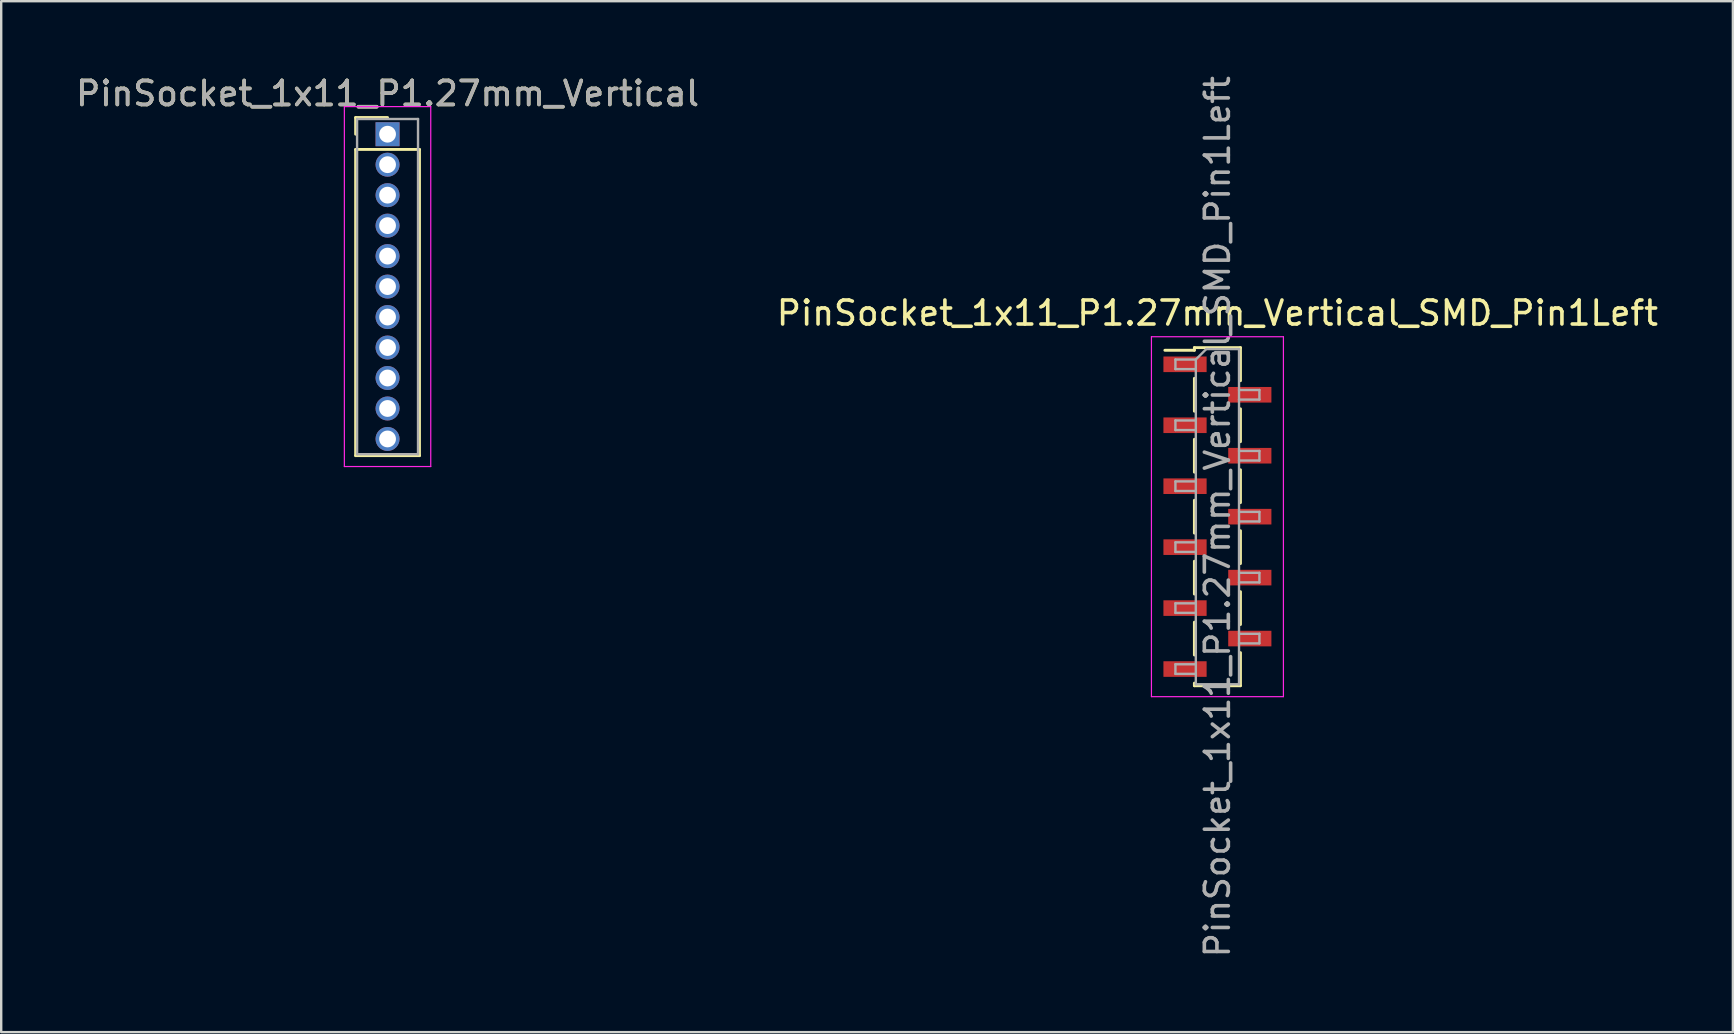
<source format=kicad_pcb>
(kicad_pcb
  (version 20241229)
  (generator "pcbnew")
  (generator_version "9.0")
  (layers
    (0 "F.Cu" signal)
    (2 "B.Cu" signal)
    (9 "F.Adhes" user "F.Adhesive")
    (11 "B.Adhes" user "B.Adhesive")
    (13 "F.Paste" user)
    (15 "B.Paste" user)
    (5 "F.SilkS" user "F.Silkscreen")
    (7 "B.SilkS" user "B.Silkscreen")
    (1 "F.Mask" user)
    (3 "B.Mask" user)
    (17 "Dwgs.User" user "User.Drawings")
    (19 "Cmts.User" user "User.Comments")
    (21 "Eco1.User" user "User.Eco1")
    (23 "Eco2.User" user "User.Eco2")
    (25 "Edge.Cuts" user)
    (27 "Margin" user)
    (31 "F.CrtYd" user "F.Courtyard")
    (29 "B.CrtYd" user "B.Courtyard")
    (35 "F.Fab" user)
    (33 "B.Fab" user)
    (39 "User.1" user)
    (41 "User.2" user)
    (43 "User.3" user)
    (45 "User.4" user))
  (footprint "PinSocket_1x11_P1.27mm_Vertical_SMD_Pin1Left"
    (layer "F.Cu")
    (at 47.685 18.482)
    (property "Reference" "PinSocket_1x11_P1.27mm_Vertical_SMD_Pin1Left" (at 0 -8.485 0) (layer "F.SilkS") (effects (font (size 1 1) (thickness 0.15))))
    (attr smd)
    (fp_line (start -2.19 -6.935) (end -0.96 -6.935) (stroke (width 0.12) (type solid)) (layer "F.SilkS"))
    (fp_line (start -0.96 -7.045) (end -0.96 -6.935) (stroke (width 0.12) (type solid)) (layer "F.SilkS"))
    (fp_line (start -0.96 -7.045) (end 0.96 -7.045) (stroke (width 0.12) (type solid)) (layer "F.SilkS"))
    (fp_line (start -0.96 -5.765) (end -0.96 -4.395) (stroke (width 0.12) (type solid)) (layer "F.SilkS"))
    (fp_line (start -0.96 -3.225) (end -0.96 -1.855) (stroke (width 0.12) (type solid)) (layer "F.SilkS"))
    (fp_line (start -0.96 -0.685) (end -0.96 0.685) (stroke (width 0.12) (type solid)) (layer "F.SilkS"))
    (fp_line (start -0.96 1.855) (end -0.96 3.225) (stroke (width 0.12) (type solid)) (layer "F.SilkS"))
    (fp_line (start -0.96 4.395) (end -0.96 5.765) (stroke (width 0.12) (type solid)) (layer "F.SilkS"))
    (fp_line (start -0.96 6.935) (end -0.96 7.045) (stroke (width 0.12) (type solid)) (layer "F.SilkS"))
    (fp_line (start -0.96 7.045) (end 0.96 7.045) (stroke (width 0.12) (type solid)) (layer "F.SilkS"))
    (fp_line (start 0.96 -7.045) (end 0.96 -5.665) (stroke (width 0.12) (type solid)) (layer "F.SilkS"))
    (fp_line (start 0.96 -4.495) (end 0.96 -3.125) (stroke (width 0.12) (type solid)) (layer "F.SilkS"))
    (fp_line (start 0.96 -1.955) (end 0.96 -0.585) (stroke (width 0.12) (type solid)) (layer "F.SilkS"))
    (fp_line (start 0.96 0.585) (end 0.96 1.955) (stroke (width 0.12) (type solid)) (layer "F.SilkS"))
    (fp_line (start 0.96 3.125) (end 0.96 4.495) (stroke (width 0.12) (type solid)) (layer "F.SilkS"))
    (fp_line (start 0.96 5.665) (end 0.96 7.045) (stroke (width 0.12) (type solid)) (layer "F.SilkS"))
    (fp_line (start -2.75 -7.5) (end 2.75 -7.5) (stroke (width 0.05) (type solid)) (layer "F.CrtYd"))
    (fp_line (start -2.75 7.5) (end -2.75 -7.5) (stroke (width 0.05) (type solid)) (layer "F.CrtYd"))
    (fp_line (start 2.75 -7.5) (end 2.75 7.5) (stroke (width 0.05) (type solid)) (layer "F.CrtYd"))
    (fp_line (start 2.75 7.5) (end -2.75 7.5) (stroke (width 0.05) (type solid)) (layer "F.CrtYd"))
    (fp_line (start -1.75 -6.55) (end -0.9 -6.55) (stroke (width 0.1) (type solid)) (layer "F.Fab"))
    (fp_line (start -1.75 -6.15) (end -1.75 -6.55) (stroke (width 0.1) (type solid)) (layer "F.Fab"))
    (fp_line (start -1.75 -4.01) (end -0.9 -4.01) (stroke (width 0.1) (type solid)) (layer "F.Fab"))
    (fp_line (start -1.75 -3.61) (end -1.75 -4.01) (stroke (width 0.1) (type solid)) (layer "F.Fab"))
    (fp_line (start -1.75 -1.47) (end -0.9 -1.47) (stroke (width 0.1) (type solid)) (layer "F.Fab"))
    (fp_line (start -1.75 -1.07) (end -1.75 -1.47) (stroke (width 0.1) (type solid)) (layer "F.Fab"))
    (fp_line (start -1.75 1.07) (end -0.9 1.07) (stroke (width 0.1) (type solid)) (layer "F.Fab"))
    (fp_line (start -1.75 1.47) (end -1.75 1.07) (stroke (width 0.1) (type solid)) (layer "F.Fab"))
    (fp_line (start -1.75 3.61) (end -0.9 3.61) (stroke (width 0.1) (type solid)) (layer "F.Fab"))
    (fp_line (start -1.75 4.01) (end -1.75 3.61) (stroke (width 0.1) (type solid)) (layer "F.Fab"))
    (fp_line (start -1.75 6.15) (end -0.9 6.15) (stroke (width 0.1) (type solid)) (layer "F.Fab"))
    (fp_line (start -1.75 6.55) (end -1.75 6.15) (stroke (width 0.1) (type solid)) (layer "F.Fab"))
    (fp_line (start -0.9 -6.55) (end -0.465 -6.985) (stroke (width 0.1) (type solid)) (layer "F.Fab"))
    (fp_line (start -0.9 -6.15) (end -1.75 -6.15) (stroke (width 0.1) (type solid)) (layer "F.Fab"))
    (fp_line (start -0.9 -3.61) (end -1.75 -3.61) (stroke (width 0.1) (type solid)) (layer "F.Fab"))
    (fp_line (start -0.9 -1.07) (end -1.75 -1.07) (stroke (width 0.1) (type solid)) (layer "F.Fab"))
    (fp_line (start -0.9 1.47) (end -1.75 1.47) (stroke (width 0.1) (type solid)) (layer "F.Fab"))
    (fp_line (start -0.9 4.01) (end -1.75 4.01) (stroke (width 0.1) (type solid)) (layer "F.Fab"))
    (fp_line (start -0.9 6.55) (end -1.75 6.55) (stroke (width 0.1) (type solid)) (layer "F.Fab"))
    (fp_line (start -0.9 6.985) (end -0.9 -6.55) (stroke (width 0.1) (type solid)) (layer "F.Fab"))
    (fp_line (start -0.465 -6.985) (end 0.9 -6.985) (stroke (width 0.1) (type solid)) (layer "F.Fab"))
    (fp_line (start 0.9 -6.985) (end 0.9 6.985) (stroke (width 0.1) (type solid)) (layer "F.Fab"))
    (fp_line (start 0.9 -5.28) (end 1.75 -5.28) (stroke (width 0.1) (type solid)) (layer "F.Fab"))
    (fp_line (start 0.9 -2.74) (end 1.75 -2.74) (stroke (width 0.1) (type solid)) (layer "F.Fab"))
    (fp_line (start 0.9 -0.2) (end 1.75 -0.2) (stroke (width 0.1) (type solid)) (layer "F.Fab"))
    (fp_line (start 0.9 2.34) (end 1.75 2.34) (stroke (width 0.1) (type solid)) (layer "F.Fab"))
    (fp_line (start 0.9 4.88) (end 1.75 4.88) (stroke (width 0.1) (type solid)) (layer "F.Fab"))
    (fp_line (start 0.9 6.985) (end -0.9 6.985) (stroke (width 0.1) (type solid)) (layer "F.Fab"))
    (fp_line (start 1.75 -5.28) (end 1.75 -4.88) (stroke (width 0.1) (type solid)) (layer "F.Fab"))
    (fp_line (start 1.75 -4.88) (end 0.9 -4.88) (stroke (width 0.1) (type solid)) (layer "F.Fab"))
    (fp_line (start 1.75 -2.74) (end 1.75 -2.34) (stroke (width 0.1) (type solid)) (layer "F.Fab"))
    (fp_line (start 1.75 -2.34) (end 0.9 -2.34) (stroke (width 0.1) (type solid)) (layer "F.Fab"))
    (fp_line (start 1.75 -0.2) (end 1.75 0.2) (stroke (width 0.1) (type solid)) (layer "F.Fab"))
    (fp_line (start 1.75 0.2) (end 0.9 0.2) (stroke (width 0.1) (type solid)) (layer "F.Fab"))
    (fp_line (start 1.75 2.34) (end 1.75 2.74) (stroke (width 0.1) (type solid)) (layer "F.Fab"))
    (fp_line (start 1.75 2.74) (end 0.9 2.74) (stroke (width 0.1) (type solid)) (layer "F.Fab"))
    (fp_line (start 1.75 4.88) (end 1.75 5.28) (stroke (width 0.1) (type solid)) (layer "F.Fab"))
    (fp_line (start 1.75 5.28) (end 0.9 5.28) (stroke (width 0.1) (type solid)) (layer "F.Fab"))
    (fp_text user "${REFERENCE}" (at 0 0 90) (layer "F.Fab") (effects (font (size 1 1) (thickness 0.15))))
    (pad "1" smd rect (at -1.35 -6.35) (size 1.8 0.65) (layers "F.Cu" "F.Mask" "F.Paste"))
    (pad "2" smd rect (at 1.35 -5.08) (size 1.8 0.65) (layers "F.Cu" "F.Mask" "F.Paste"))
    (pad "3" smd rect (at -1.35 -3.81) (size 1.8 0.65) (layers "F.Cu" "F.Mask" "F.Paste"))
    (pad "4" smd rect (at 1.35 -2.54) (size 1.8 0.65) (layers "F.Cu" "F.Mask" "F.Paste"))
    (pad "5" smd rect (at -1.35 -1.27) (size 1.8 0.65) (layers "F.Cu" "F.Mask" "F.Paste"))
    (pad "6" smd rect (at 1.35 0) (size 1.8 0.65) (layers "F.Cu" "F.Mask" "F.Paste"))
    (pad "7" smd rect (at -1.35 1.27) (size 1.8 0.65) (layers "F.Cu" "F.Mask" "F.Paste"))
    (pad "8" smd rect (at 1.35 2.54) (size 1.8 0.65) (layers "F.Cu" "F.Mask" "F.Paste"))
    (pad "9" smd rect (at -1.35 3.81) (size 1.8 0.65) (layers "F.Cu" "F.Mask" "F.Paste"))
    (pad "10" smd rect (at 1.35 5.08) (size 1.8 0.65) (layers "F.Cu" "F.Mask" "F.Paste"))
    (pad "11" smd rect (at -1.35 6.35) (size 1.8 0.65) (layers "F.Cu" "F.Mask" "F.Paste")))
  (footprint "PinSocket_1x11_P1.27mm_Vertical"
    (layer "F.Cu")
    (at 13.101 2.543)
    (property "Reference" "PinSocket_1x11_P1.27mm_Vertical" (at 0 -1.695 0) (layer "F.SilkS") (effects (font (size 1 1) (thickness 0.15))))
    (attr through_hole)
    (fp_line (start -1.33 -0.695) (end 0 -0.695) (stroke (width 0.12) (type solid)) (layer "F.SilkS"))
    (fp_line (start -1.33 0) (end -1.33 -0.695) (stroke (width 0.12) (type solid)) (layer "F.SilkS"))
    (fp_line (start -1.33 0.635) (end -1.33 13.395) (stroke (width 0.12) (type solid)) (layer "F.SilkS"))
    (fp_line (start -1.33 13.395) (end 1.33 13.395) (stroke (width 0.12) (type solid)) (layer "F.SilkS"))
    (fp_line (start 1.33 0.635) (end -1.33 0.635) (stroke (width 0.12) (type solid)) (layer "F.SilkS"))
    (fp_line (start 1.33 13.395) (end 1.33 0.635) (stroke (width 0.12) (type solid)) (layer "F.SilkS"))
    (fp_line (start -1.8 -1.15) (end -1.8 13.85) (stroke (width 0.05) (type solid)) (layer "F.CrtYd"))
    (fp_line (start -1.8 13.85) (end 1.8 13.85) (stroke (width 0.05) (type solid)) (layer "F.CrtYd"))
    (fp_line (start 1.8 -1.15) (end -1.8 -1.15) (stroke (width 0.05) (type solid)) (layer "F.CrtYd"))
    (fp_line (start 1.8 13.85) (end 1.8 -1.15) (stroke (width 0.05) (type solid)) (layer "F.CrtYd"))
    (fp_line (start -1.27 -0.635) (end -1.27 13.335) (stroke (width 0.1) (type solid)) (layer "F.Fab"))
    (fp_line (start -1.27 13.335) (end 1.27 13.335) (stroke (width 0.1) (type solid)) (layer "F.Fab"))
    (fp_line (start 1.27 -0.635) (end -1.27 -0.635) (stroke (width 0.1) (type solid)) (layer "F.Fab"))
    (fp_line (start 1.27 13.335) (end 1.27 -0.635) (stroke (width 0.1) (type solid)) (layer "F.Fab"))
    (fp_text user "${REFERENCE}" (at 0 -1.695 0) (layer "F.Fab") (effects (font (size 1 1) (thickness 0.15))))
    (pad "1" thru_hole rect (at 0 0) (size 1 1) (drill 0.7) (layers "*.Cu" "*.Mask"))
    (pad "2" thru_hole oval (at 0 1.27) (size 1 1) (drill 0.7) (layers "*.Cu" "*.Mask"))
    (pad "3" thru_hole oval (at 0 2.54) (size 1 1) (drill 0.7) (layers "*.Cu" "*.Mask"))
    (pad "4" thru_hole oval (at 0 3.81) (size 1 1) (drill 0.7) (layers "*.Cu" "*.Mask"))
    (pad "5" thru_hole oval (at 0 5.08) (size 1 1) (drill 0.7) (layers "*.Cu" "*.Mask"))
    (pad "6" thru_hole oval (at 0 6.35) (size 1 1) (drill 0.7) (layers "*.Cu" "*.Mask"))
    (pad "7" thru_hole oval (at 0 7.62) (size 1 1) (drill 0.7) (layers "*.Cu" "*.Mask"))
    (pad "8" thru_hole oval (at 0 8.89) (size 1 1) (drill 0.7) (layers "*.Cu" "*.Mask"))
    (pad "9" thru_hole oval (at 0 10.16) (size 1 1) (drill 0.7) (layers "*.Cu" "*.Mask"))
    (pad "10" thru_hole oval (at 0 11.43) (size 1 1) (drill 0.7) (layers "*.Cu" "*.Mask"))
    (pad "11" thru_hole oval (at 0 12.7) (size 1 1) (drill 0.7) (layers "*.Cu" "*.Mask")))
  (gr_rect
    (start -3 -3)
    (end 69.167 39.964)
    (stroke (width 0.1) (type default))
    (fill no)
    (layer "Edge.Cuts")))
</source>
